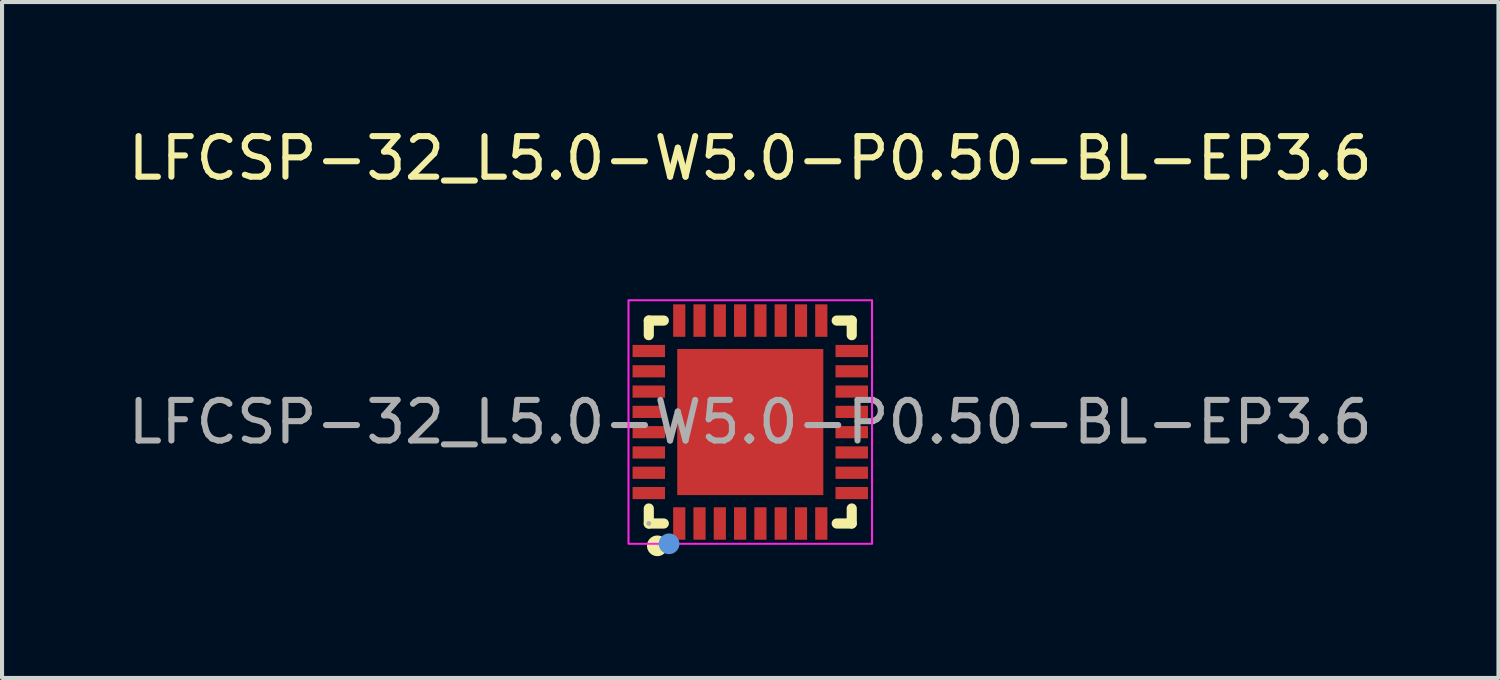
<source format=kicad_pcb>
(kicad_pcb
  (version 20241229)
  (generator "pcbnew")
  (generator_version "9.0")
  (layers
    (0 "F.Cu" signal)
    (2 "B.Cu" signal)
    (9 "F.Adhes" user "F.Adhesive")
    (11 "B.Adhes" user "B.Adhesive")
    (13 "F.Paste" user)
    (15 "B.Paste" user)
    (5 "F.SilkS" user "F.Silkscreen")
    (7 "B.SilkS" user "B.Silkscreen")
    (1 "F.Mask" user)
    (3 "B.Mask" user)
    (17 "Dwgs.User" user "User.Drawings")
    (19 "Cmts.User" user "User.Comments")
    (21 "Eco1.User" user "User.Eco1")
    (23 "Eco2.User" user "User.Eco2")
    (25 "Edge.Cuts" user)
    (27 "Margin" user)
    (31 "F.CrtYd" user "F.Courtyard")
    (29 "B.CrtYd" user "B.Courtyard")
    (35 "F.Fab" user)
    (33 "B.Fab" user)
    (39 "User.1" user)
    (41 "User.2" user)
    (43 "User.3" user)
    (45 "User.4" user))
  (footprint "LFCSP-32_L5.0-W5.0-P0.50-BL-EP3.6"
    (layer "F.Cu")
    (at 15.435 7.348)
    (property "Reference" "LFCSP-32_L5.0-W5.0-P0.50-BL-EP3.6" (at 0 -6.5 0) (layer "F.SilkS") (effects (font (size 1 1) (thickness 0.15))))
    (attr smd)
    (fp_line (start -2.5 -2.5) (end -2.13 -2.5) (stroke (width 0.25) (type solid)) (layer "F.SilkS"))
    (fp_line (start -2.5 -2.14) (end -2.5 -2.5) (stroke (width 0.25) (type solid)) (layer "F.SilkS"))
    (fp_line (start -2.5 2.5) (end -2.5 2.13) (stroke (width 0.25) (type solid)) (layer "F.SilkS"))
    (fp_line (start -2.13 2.5) (end -2.5 2.5) (stroke (width 0.25) (type solid)) (layer "F.SilkS"))
    (fp_line (start 2.13 -2.5) (end 2.5 -2.5) (stroke (width 0.25) (type solid)) (layer "F.SilkS"))
    (fp_line (start 2.5 -2.5) (end 2.5 -2.14) (stroke (width 0.25) (type solid)) (layer "F.SilkS"))
    (fp_line (start 2.5 2.13) (end 2.5 2.5) (stroke (width 0.25) (type solid)) (layer "F.SilkS"))
    (fp_line (start 2.5 2.5) (end 2.13 2.5) (stroke (width 0.25) (type solid)) (layer "F.SilkS"))
    (fp_circle (center -2.29 3.05) (end -2.16 3.05) (stroke (width 0.25) (type solid)) (fill no) (layer "F.SilkS"))
    (fp_circle (center -2 3) (end -1.87 3) (stroke (width 0.25) (type solid)) (fill no) (layer "Cmts.User"))
    (fp_rect (start -3 -3) (end 3 3) (stroke (width 0.05) (type default)) (fill no) (layer "F.CrtYd"))
    (fp_circle (center -2.5 2.5) (end -2.47 2.5) (stroke (width 0.06) (type solid)) (fill no) (layer "F.Fab"))
    (fp_text user "${REFERENCE}" (at 0 0 0) (layer "F.Fab") (effects (font (size 1 1) (thickness 0.15))))
    (pad "1" smd rect (at -1.75 2.5 90) (size 0.8 0.3) (layers "F.Cu" "F.Mask" "F.Paste"))
    (pad "2" smd rect (at -1.25 2.5 90) (size 0.8 0.3) (layers "F.Cu" "F.Mask" "F.Paste"))
    (pad "3" smd rect (at -0.75 2.5 90) (size 0.8 0.3) (layers "F.Cu" "F.Mask" "F.Paste"))
    (pad "4" smd rect (at -0.25 2.5 90) (size 0.8 0.3) (layers "F.Cu" "F.Mask" "F.Paste"))
    (pad "5" smd rect (at 0.25 2.5 90) (size 0.8 0.3) (layers "F.Cu" "F.Mask" "F.Paste"))
    (pad "6" smd rect (at 0.75 2.5 90) (size 0.8 0.3) (layers "F.Cu" "F.Mask" "F.Paste"))
    (pad "7" smd rect (at 1.25 2.5 90) (size 0.8 0.3) (layers "F.Cu" "F.Mask" "F.Paste"))
    (pad "8" smd rect (at 1.75 2.5 90) (size 0.8 0.3) (layers "F.Cu" "F.Mask" "F.Paste"))
    (pad "9" smd rect (at 2.5 1.75 180) (size 0.8 0.3) (layers "F.Cu" "F.Mask" "F.Paste"))
    (pad "10" smd rect (at 2.5 1.25 180) (size 0.8 0.3) (layers "F.Cu" "F.Mask" "F.Paste"))
    (pad "11" smd rect (at 2.5 0.75 180) (size 0.8 0.3) (layers "F.Cu" "F.Mask" "F.Paste"))
    (pad "12" smd rect (at 2.5 0.25 180) (size 0.8 0.3) (layers "F.Cu" "F.Mask" "F.Paste"))
    (pad "13" smd rect (at 2.5 -0.25 180) (size 0.8 0.3) (layers "F.Cu" "F.Mask" "F.Paste"))
    (pad "14" smd rect (at 2.5 -0.75 180) (size 0.8 0.3) (layers "F.Cu" "F.Mask" "F.Paste"))
    (pad "15" smd rect (at 2.5 -1.25 180) (size 0.8 0.3) (layers "F.Cu" "F.Mask" "F.Paste"))
    (pad "16" smd rect (at 2.5 -1.75 180) (size 0.8 0.3) (layers "F.Cu" "F.Mask" "F.Paste"))
    (pad "17" smd rect (at 1.75 -2.5 270) (size 0.8 0.3) (layers "F.Cu" "F.Mask" "F.Paste"))
    (pad "18" smd rect (at 1.25 -2.5 270) (size 0.8 0.3) (layers "F.Cu" "F.Mask" "F.Paste"))
    (pad "19" smd rect (at 0.75 -2.5 270) (size 0.8 0.3) (layers "F.Cu" "F.Mask" "F.Paste"))
    (pad "20" smd rect (at 0.25 -2.5 270) (size 0.8 0.3) (layers "F.Cu" "F.Mask" "F.Paste"))
    (pad "21" smd rect (at -0.25 -2.5 270) (size 0.8 0.3) (layers "F.Cu" "F.Mask" "F.Paste"))
    (pad "22" smd rect (at -0.75 -2.5 270) (size 0.8 0.3) (layers "F.Cu" "F.Mask" "F.Paste"))
    (pad "23" smd rect (at -1.25 -2.5 270) (size 0.8 0.3) (layers "F.Cu" "F.Mask" "F.Paste"))
    (pad "24" smd rect (at -1.75 -2.5 270) (size 0.8 0.3) (layers "F.Cu" "F.Mask" "F.Paste"))
    (pad "25" smd rect (at -2.5 -1.75) (size 0.8 0.3) (layers "F.Cu" "F.Mask" "F.Paste"))
    (pad "26" smd rect (at -2.5 -1.25) (size 0.8 0.3) (layers "F.Cu" "F.Mask" "F.Paste"))
    (pad "27" smd rect (at -2.5 -0.75) (size 0.8 0.3) (layers "F.Cu" "F.Mask" "F.Paste"))
    (pad "28" smd rect (at -2.5 -0.25) (size 0.8 0.3) (layers "F.Cu" "F.Mask" "F.Paste"))
    (pad "29" smd rect (at -2.5 0.25) (size 0.8 0.3) (layers "F.Cu" "F.Mask" "F.Paste"))
    (pad "30" smd rect (at -2.5 0.75) (size 0.8 0.3) (layers "F.Cu" "F.Mask" "F.Paste"))
    (pad "31" smd rect (at -2.5 1.25) (size 0.8 0.3) (layers "F.Cu" "F.Mask" "F.Paste"))
    (pad "32" smd rect (at -2.5 1.75) (size 0.8 0.3) (layers "F.Cu" "F.Mask" "F.Paste"))
    (pad "33" smd rect (at 0 0 90) (size 3.6 3.6) (layers "F.Cu" "F.Mask" "F.Paste")))
  (gr_rect
    (start -3 -3)
    (end 33.869 13.653)
    (stroke (width 0.1) (type default))
    (fill no)
    (layer "Edge.Cuts")))
</source>
